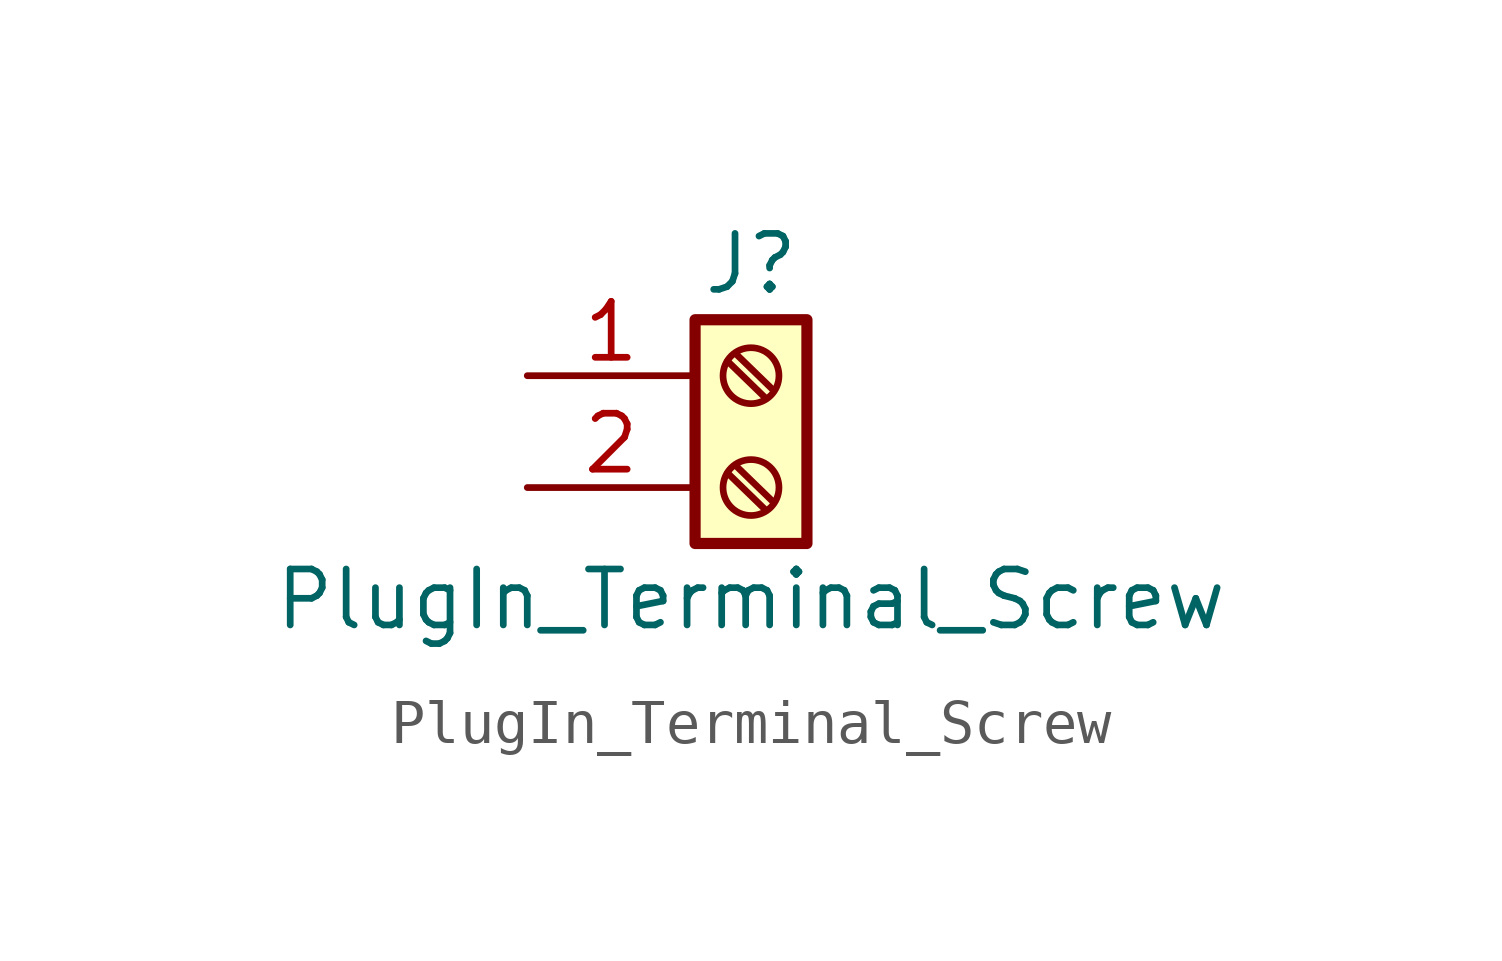
<source format=kicad_sym>
(kicad_symbol_lib
  (version 20220914)
  (generator kicad_symbol_editor)
  (symbol "PlugIn_Terminal_Screw"
    (pin_names
      (offset 1.016) hide)
    (property "Reference" "J"
      (at 0 2.54 0)
      (effects (font (size 1.27 1.27))))
    (property "Value" "PlugIn_Terminal_Screw"
      (at 0 -5.08 0)
      (effects (font (size 1.27 1.27))))
    (symbol "PlugIn_Terminal_Screw_1_1"
      (rectangle (start -1.27 1.27) (end 1.27 -3.81) (stroke (width 0.254) (type default)) (fill (type background)))
      (circle (center 0 -2.54) (radius 0.635) (stroke (width 0.152) (type default)) (fill (type none)))
      (polyline (pts (xy -0.533 -2.21) (xy 0.33 -3.048)) (stroke (width 0.152) (type default)) (fill (type none)))
      (polyline (pts (xy -0.533 0.33) (xy 0.33 -0.508)) (stroke (width 0.152) (type default)) (fill (type none)))
      (polyline (pts (xy -0.356 -2.032) (xy 0.508 -2.87)) (stroke (width 0.152) (type default)) (fill (type none)))
      (polyline (pts (xy -0.356 0.508) (xy 0.508 -0.33)) (stroke (width 0.152) (type default)) (fill (type none)))
      (circle (center 0 0) (radius 0.635) (stroke (width 0.152) (type default)) (fill (type none)))
      (pin passive line (at -5.08 0 0) (length 3.81) (name "Pin_1" (effects (font (size 1.27 1.27)))) (number "1" (effects (font (size 1.27 1.27)))))
      (pin passive line (at -5.08 -2.54 0) (length 3.81) (name "Pin_2" (effects (font (size 1.27 1.27)))) (number "2" (effects (font (size 1.27 1.27))))))))
</source>
